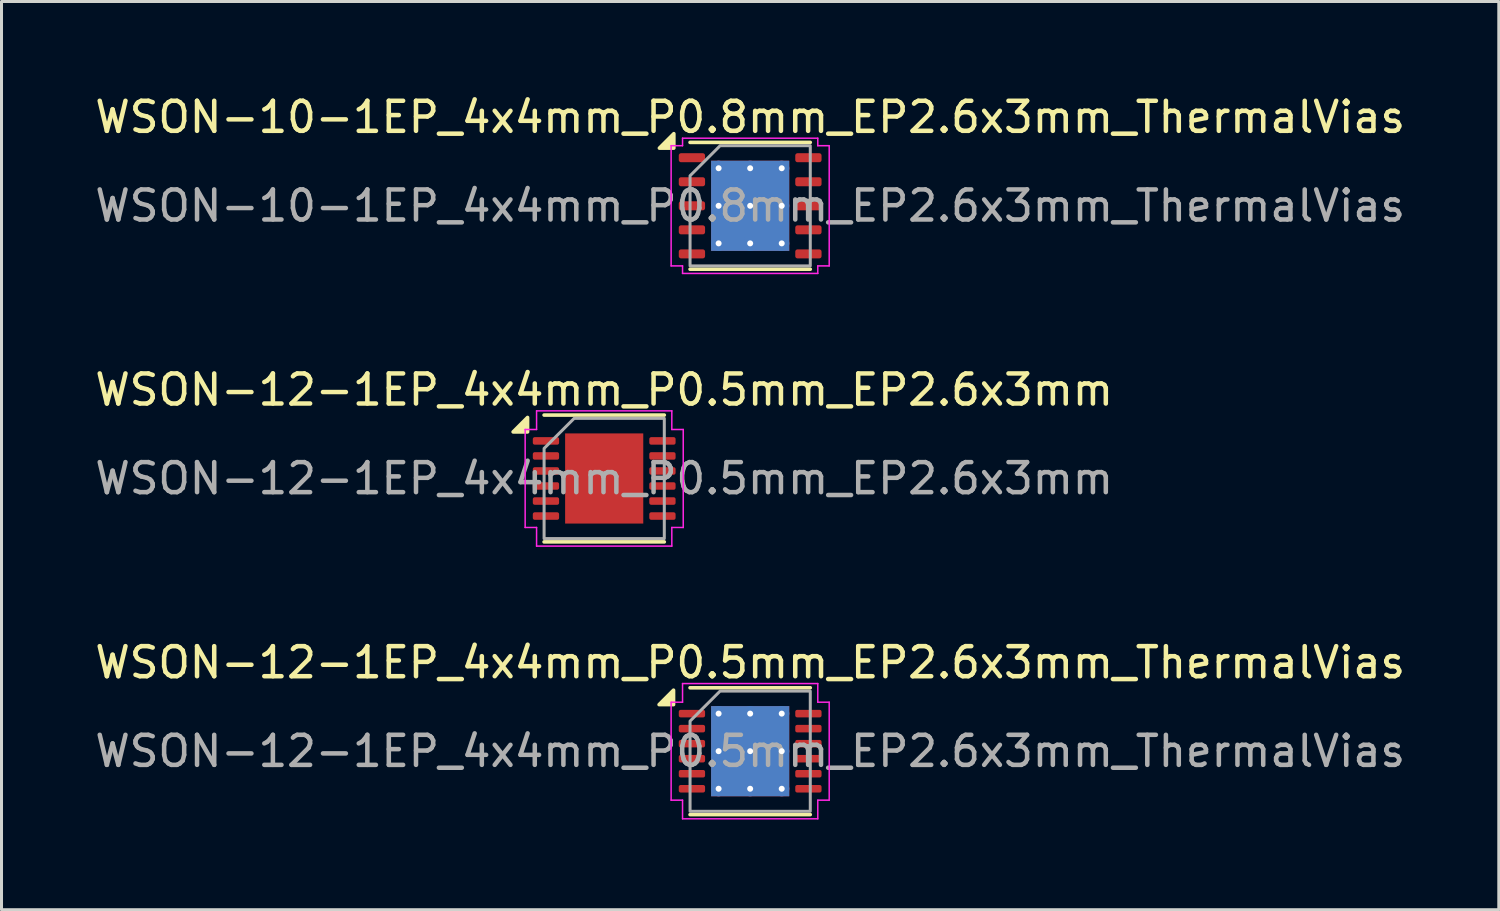
<source format=kicad_pcb>
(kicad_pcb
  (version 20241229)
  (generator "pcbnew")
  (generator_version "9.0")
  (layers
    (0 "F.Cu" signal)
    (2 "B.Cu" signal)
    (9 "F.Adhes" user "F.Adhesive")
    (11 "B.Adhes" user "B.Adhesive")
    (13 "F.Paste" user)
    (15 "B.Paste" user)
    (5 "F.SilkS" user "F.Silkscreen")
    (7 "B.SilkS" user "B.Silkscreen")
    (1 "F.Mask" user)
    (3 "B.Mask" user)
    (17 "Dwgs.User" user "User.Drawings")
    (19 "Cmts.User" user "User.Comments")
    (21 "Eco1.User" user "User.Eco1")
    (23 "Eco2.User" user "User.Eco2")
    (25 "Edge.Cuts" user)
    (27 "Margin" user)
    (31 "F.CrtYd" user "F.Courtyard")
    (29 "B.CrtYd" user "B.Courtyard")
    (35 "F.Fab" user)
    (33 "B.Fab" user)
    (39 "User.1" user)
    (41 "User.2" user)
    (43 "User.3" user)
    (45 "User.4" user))
  (footprint "WSON-10-1EP_4x4mm_P0.8mm_EP2.6x3mm_ThermalVias"
    (layer "F.Cu")
    (at 21.911 3.798)
    (property "Reference" "WSON-10-1EP_4x4mm_P0.8mm_EP2.6x3mm_ThermalVias" (at 0 -2.95 0) (layer "F.SilkS") (effects (font (size 1 1) (thickness 0.15))))
    (attr smd)
    (fp_line (start -2 -2.11) (end 2 -2.11) (stroke (width 0.12) (type solid)) (layer "F.SilkS"))
    (fp_line (start -2 2.11) (end 2 2.11) (stroke (width 0.12) (type solid)) (layer "F.SilkS"))
    (fp_poly (pts (xy -2.54 -1.92) (xy -3.02 -1.92) (xy -2.54 -2.4)) (stroke (width 0.12) (type solid)) (fill yes) (layer "F.SilkS"))
    (fp_line (start -2.63 -2) (end -2.25 -2) (stroke (width 0.05) (type solid)) (layer "F.CrtYd"))
    (fp_line (start -2.63 2) (end -2.63 -2) (stroke (width 0.05) (type solid)) (layer "F.CrtYd"))
    (fp_line (start -2.25 -2.25) (end 2.25 -2.25) (stroke (width 0.05) (type solid)) (layer "F.CrtYd"))
    (fp_line (start -2.25 -2) (end -2.25 -2.25) (stroke (width 0.05) (type solid)) (layer "F.CrtYd"))
    (fp_line (start -2.25 2) (end -2.63 2) (stroke (width 0.05) (type solid)) (layer "F.CrtYd"))
    (fp_line (start -2.25 2.25) (end -2.25 2) (stroke (width 0.05) (type solid)) (layer "F.CrtYd"))
    (fp_line (start 2.25 -2.25) (end 2.25 -2) (stroke (width 0.05) (type solid)) (layer "F.CrtYd"))
    (fp_line (start 2.25 -2) (end 2.63 -2) (stroke (width 0.05) (type solid)) (layer "F.CrtYd"))
    (fp_line (start 2.25 2) (end 2.25 2.25) (stroke (width 0.05) (type solid)) (layer "F.CrtYd"))
    (fp_line (start 2.25 2.25) (end -2.25 2.25) (stroke (width 0.05) (type solid)) (layer "F.CrtYd"))
    (fp_line (start 2.63 -2) (end 2.63 2) (stroke (width 0.05) (type solid)) (layer "F.CrtYd"))
    (fp_line (start 2.63 2) (end 2.25 2) (stroke (width 0.05) (type solid)) (layer "F.CrtYd"))
    (fp_poly (pts (xy -2 -1) (xy -2 2) (xy 2 2) (xy 2 -2) (xy -1 -2)) (stroke (width 0.1) (type solid)) (fill no) (layer "F.Fab"))
    (fp_text user "${REFERENCE}" (at 0 0 0) (layer "F.Fab") (effects (font (size 1 1) (thickness 0.15))))
    (pad "" smd roundrect (at -0.65 -0.75) (size 1.13 1.3) (layers "F.Paste") (roundrect_rratio 0.221))
    (pad "" smd roundrect (at -0.65 0.75) (size 1.13 1.3) (layers "F.Paste") (roundrect_rratio 0.221))
    (pad "" smd roundrect (at 0.65 -0.75) (size 1.13 1.3) (layers "F.Paste") (roundrect_rratio 0.221))
    (pad "" smd roundrect (at 0.65 0.75) (size 1.13 1.3) (layers "F.Paste") (roundrect_rratio 0.221))
    (pad "1" smd roundrect (at -1.938 -1.6) (size 0.875 0.3) (layers "F.Cu" "F.Mask" "F.Paste") (roundrect_rratio 0.25))
    (pad "2" smd roundrect (at -1.938 -0.8) (size 0.875 0.3) (layers "F.Cu" "F.Mask" "F.Paste") (roundrect_rratio 0.25))
    (pad "3" smd roundrect (at -1.938 0) (size 0.875 0.3) (layers "F.Cu" "F.Mask" "F.Paste") (roundrect_rratio 0.25))
    (pad "4" smd roundrect (at -1.938 0.8) (size 0.875 0.3) (layers "F.Cu" "F.Mask" "F.Paste") (roundrect_rratio 0.25))
    (pad "5" smd roundrect (at -1.938 1.6) (size 0.875 0.3) (layers "F.Cu" "F.Mask" "F.Paste") (roundrect_rratio 0.25))
    (pad "6" smd roundrect (at 1.938 1.6) (size 0.875 0.3) (layers "F.Cu" "F.Mask" "F.Paste") (roundrect_rratio 0.25))
    (pad "7" smd roundrect (at 1.938 0.8) (size 0.875 0.3) (layers "F.Cu" "F.Mask" "F.Paste") (roundrect_rratio 0.25))
    (pad "8" smd roundrect (at 1.938 0) (size 0.875 0.3) (layers "F.Cu" "F.Mask" "F.Paste") (roundrect_rratio 0.25))
    (pad "9" smd roundrect (at 1.938 -0.8) (size 0.875 0.3) (layers "F.Cu" "F.Mask" "F.Paste") (roundrect_rratio 0.25))
    (pad "10" smd roundrect (at 1.938 -1.6) (size 0.875 0.3) (layers "F.Cu" "F.Mask" "F.Paste") (roundrect_rratio 0.25))
    (pad "11" thru_hole circle (at -1.05 -1.25) (size 0.5 0.5) (drill 0.2) (property pad_prop_heatsink) (layers "*.Cu"))
    (pad "11" thru_hole circle (at -1.05 0) (size 0.5 0.5) (drill 0.2) (property pad_prop_heatsink) (layers "*.Cu"))
    (pad "11" thru_hole circle (at -1.05 1.25) (size 0.5 0.5) (drill 0.2) (property pad_prop_heatsink) (layers "*.Cu"))
    (pad "11" thru_hole circle (at 0 -1.25) (size 0.5 0.5) (drill 0.2) (property pad_prop_heatsink) (layers "*.Cu"))
    (pad "11" thru_hole circle (at 0 0) (size 0.5 0.5) (drill 0.2) (property pad_prop_heatsink) (layers "*.Cu"))
    (pad "11" smd rect (at 0 0) (size 2.6 3) (property pad_prop_heatsink) (layers "F.Cu" "F.Mask"))
    (pad "11" smd rect (at 0 0) (size 2.6 3) (property pad_prop_heatsink) (layers "B.Cu"))
    (pad "11" thru_hole circle (at 0 1.25) (size 0.5 0.5) (drill 0.2) (property pad_prop_heatsink) (layers "*.Cu"))
    (pad "11" thru_hole circle (at 1.05 -1.25) (size 0.5 0.5) (drill 0.2) (property pad_prop_heatsink) (layers "*.Cu"))
    (pad "11" thru_hole circle (at 1.05 0) (size 0.5 0.5) (drill 0.2) (property pad_prop_heatsink) (layers "*.Cu"))
    (pad "11" thru_hole circle (at 1.05 1.25) (size 0.5 0.5) (drill 0.2) (property pad_prop_heatsink) (layers "*.Cu")))
  (footprint "WSON-12-1EP_4x4mm_P0.5mm_EP2.6x3mm_ThermalVias"
    (layer "F.Cu")
    (at 21.911 21.945)
    (property "Reference" "WSON-12-1EP_4x4mm_P0.5mm_EP2.6x3mm_ThermalVias" (at 0 -2.95 0) (layer "F.SilkS") (effects (font (size 1 1) (thickness 0.15))))
    (attr smd)
    (fp_line (start -2 -2.11) (end 2 -2.11) (stroke (width 0.12) (type solid)) (layer "F.SilkS"))
    (fp_line (start -2 2.11) (end 2 2.11) (stroke (width 0.12) (type solid)) (layer "F.SilkS"))
    (fp_poly (pts (xy -2.55 -1.55) (xy -3.03 -1.55) (xy -2.55 -2.03)) (stroke (width 0.12) (type solid)) (fill yes) (layer "F.SilkS"))
    (fp_line (start -2.63 -1.63) (end -2.25 -1.63) (stroke (width 0.05) (type solid)) (layer "F.CrtYd"))
    (fp_line (start -2.63 1.63) (end -2.63 -1.63) (stroke (width 0.05) (type solid)) (layer "F.CrtYd"))
    (fp_line (start -2.25 -2.25) (end 2.25 -2.25) (stroke (width 0.05) (type solid)) (layer "F.CrtYd"))
    (fp_line (start -2.25 -1.63) (end -2.25 -2.25) (stroke (width 0.05) (type solid)) (layer "F.CrtYd"))
    (fp_line (start -2.25 1.63) (end -2.63 1.63) (stroke (width 0.05) (type solid)) (layer "F.CrtYd"))
    (fp_line (start -2.25 2.25) (end -2.25 1.63) (stroke (width 0.05) (type solid)) (layer "F.CrtYd"))
    (fp_line (start 2.25 -2.25) (end 2.25 -1.63) (stroke (width 0.05) (type solid)) (layer "F.CrtYd"))
    (fp_line (start 2.25 -1.63) (end 2.63 -1.63) (stroke (width 0.05) (type solid)) (layer "F.CrtYd"))
    (fp_line (start 2.25 1.63) (end 2.25 2.25) (stroke (width 0.05) (type solid)) (layer "F.CrtYd"))
    (fp_line (start 2.25 2.25) (end -2.25 2.25) (stroke (width 0.05) (type solid)) (layer "F.CrtYd"))
    (fp_line (start 2.63 -1.63) (end 2.63 1.63) (stroke (width 0.05) (type solid)) (layer "F.CrtYd"))
    (fp_line (start 2.63 1.63) (end 2.25 1.63) (stroke (width 0.05) (type solid)) (layer "F.CrtYd"))
    (fp_poly (pts (xy -2 -1) (xy -2 2) (xy 2 2) (xy 2 -2) (xy -1 -2)) (stroke (width 0.1) (type solid)) (fill no) (layer "F.Fab"))
    (fp_text user "${REFERENCE}" (at 0 0 0) (layer "F.Fab") (effects (font (size 1 1) (thickness 0.15))))
    (pad "" smd roundrect (at -0.65 -0.75) (size 1.13 1.3) (layers "F.Paste") (roundrect_rratio 0.221))
    (pad "" smd roundrect (at -0.65 0.75) (size 1.13 1.3) (layers "F.Paste") (roundrect_rratio 0.221))
    (pad "" smd roundrect (at 0.65 -0.75) (size 1.13 1.3) (layers "F.Paste") (roundrect_rratio 0.221))
    (pad "" smd roundrect (at 0.65 0.75) (size 1.13 1.3) (layers "F.Paste") (roundrect_rratio 0.221))
    (pad "1" smd roundrect (at -1.938 -1.25) (size 0.875 0.25) (layers "F.Cu" "F.Mask" "F.Paste") (roundrect_rratio 0.25))
    (pad "2" smd roundrect (at -1.938 -0.75) (size 0.875 0.25) (layers "F.Cu" "F.Mask" "F.Paste") (roundrect_rratio 0.25))
    (pad "3" smd roundrect (at -1.938 -0.25) (size 0.875 0.25) (layers "F.Cu" "F.Mask" "F.Paste") (roundrect_rratio 0.25))
    (pad "4" smd roundrect (at -1.938 0.25) (size 0.875 0.25) (layers "F.Cu" "F.Mask" "F.Paste") (roundrect_rratio 0.25))
    (pad "5" smd roundrect (at -1.938 0.75) (size 0.875 0.25) (layers "F.Cu" "F.Mask" "F.Paste") (roundrect_rratio 0.25))
    (pad "6" smd roundrect (at -1.938 1.25) (size 0.875 0.25) (layers "F.Cu" "F.Mask" "F.Paste") (roundrect_rratio 0.25))
    (pad "7" smd roundrect (at 1.938 1.25) (size 0.875 0.25) (layers "F.Cu" "F.Mask" "F.Paste") (roundrect_rratio 0.25))
    (pad "8" smd roundrect (at 1.938 0.75) (size 0.875 0.25) (layers "F.Cu" "F.Mask" "F.Paste") (roundrect_rratio 0.25))
    (pad "9" smd roundrect (at 1.938 0.25) (size 0.875 0.25) (layers "F.Cu" "F.Mask" "F.Paste") (roundrect_rratio 0.25))
    (pad "10" smd roundrect (at 1.938 -0.25) (size 0.875 0.25) (layers "F.Cu" "F.Mask" "F.Paste") (roundrect_rratio 0.25))
    (pad "11" smd roundrect (at 1.938 -0.75) (size 0.875 0.25) (layers "F.Cu" "F.Mask" "F.Paste") (roundrect_rratio 0.25))
    (pad "12" smd roundrect (at 1.938 -1.25) (size 0.875 0.25) (layers "F.Cu" "F.Mask" "F.Paste") (roundrect_rratio 0.25))
    (pad "13" thru_hole circle (at -1.05 -1.25) (size 0.5 0.5) (drill 0.2) (property pad_prop_heatsink) (layers "*.Cu"))
    (pad "13" thru_hole circle (at -1.05 0) (size 0.5 0.5) (drill 0.2) (property pad_prop_heatsink) (layers "*.Cu"))
    (pad "13" thru_hole circle (at -1.05 1.25) (size 0.5 0.5) (drill 0.2) (property pad_prop_heatsink) (layers "*.Cu"))
    (pad "13" thru_hole circle (at 0 -1.25) (size 0.5 0.5) (drill 0.2) (property pad_prop_heatsink) (layers "*.Cu"))
    (pad "13" thru_hole circle (at 0 0) (size 0.5 0.5) (drill 0.2) (property pad_prop_heatsink) (layers "*.Cu"))
    (pad "13" smd rect (at 0 0) (size 2.6 3) (property pad_prop_heatsink) (layers "F.Cu" "F.Mask"))
    (pad "13" smd rect (at 0 0) (size 2.6 3) (property pad_prop_heatsink) (layers "B.Cu"))
    (pad "13" thru_hole circle (at 0 1.25) (size 0.5 0.5) (drill 0.2) (property pad_prop_heatsink) (layers "*.Cu"))
    (pad "13" thru_hole circle (at 1.05 -1.25) (size 0.5 0.5) (drill 0.2) (property pad_prop_heatsink) (layers "*.Cu"))
    (pad "13" thru_hole circle (at 1.05 0) (size 0.5 0.5) (drill 0.2) (property pad_prop_heatsink) (layers "*.Cu"))
    (pad "13" thru_hole circle (at 1.05 1.25) (size 0.5 0.5) (drill 0.2) (property pad_prop_heatsink) (layers "*.Cu")))
  (footprint "WSON-12-1EP_4x4mm_P0.5mm_EP2.6x3mm"
    (layer "F.Cu")
    (at 17.054 12.871)
    (property "Reference" "WSON-12-1EP_4x4mm_P0.5mm_EP2.6x3mm" (at 0 -2.95 0) (layer "F.SilkS") (effects (font (size 1 1) (thickness 0.15))))
    (attr smd)
    (fp_line (start -2 -2.11) (end 2 -2.11) (stroke (width 0.12) (type solid)) (layer "F.SilkS"))
    (fp_line (start -2 2.11) (end 2 2.11) (stroke (width 0.12) (type solid)) (layer "F.SilkS"))
    (fp_poly (pts (xy -2.55 -1.55) (xy -3.03 -1.55) (xy -2.55 -2.03)) (stroke (width 0.12) (type solid)) (fill yes) (layer "F.SilkS"))
    (fp_line (start -2.63 -1.63) (end -2.25 -1.63) (stroke (width 0.05) (type solid)) (layer "F.CrtYd"))
    (fp_line (start -2.63 1.63) (end -2.63 -1.63) (stroke (width 0.05) (type solid)) (layer "F.CrtYd"))
    (fp_line (start -2.25 -2.25) (end 2.25 -2.25) (stroke (width 0.05) (type solid)) (layer "F.CrtYd"))
    (fp_line (start -2.25 -1.63) (end -2.25 -2.25) (stroke (width 0.05) (type solid)) (layer "F.CrtYd"))
    (fp_line (start -2.25 1.63) (end -2.63 1.63) (stroke (width 0.05) (type solid)) (layer "F.CrtYd"))
    (fp_line (start -2.25 2.25) (end -2.25 1.63) (stroke (width 0.05) (type solid)) (layer "F.CrtYd"))
    (fp_line (start 2.25 -2.25) (end 2.25 -1.63) (stroke (width 0.05) (type solid)) (layer "F.CrtYd"))
    (fp_line (start 2.25 -1.63) (end 2.63 -1.63) (stroke (width 0.05) (type solid)) (layer "F.CrtYd"))
    (fp_line (start 2.25 1.63) (end 2.25 2.25) (stroke (width 0.05) (type solid)) (layer "F.CrtYd"))
    (fp_line (start 2.25 2.25) (end -2.25 2.25) (stroke (width 0.05) (type solid)) (layer "F.CrtYd"))
    (fp_line (start 2.63 -1.63) (end 2.63 1.63) (stroke (width 0.05) (type solid)) (layer "F.CrtYd"))
    (fp_line (start 2.63 1.63) (end 2.25 1.63) (stroke (width 0.05) (type solid)) (layer "F.CrtYd"))
    (fp_poly (pts (xy -2 -1) (xy -2 2) (xy 2 2) (xy 2 -2) (xy -1 -2)) (stroke (width 0.1) (type solid)) (fill no) (layer "F.Fab"))
    (fp_text user "${REFERENCE}" (at 0 0 0) (layer "F.Fab") (effects (font (size 1 1) (thickness 0.15))))
    (pad "" smd roundrect (at -0.65 -0.75) (size 1.05 1.21) (layers "F.Paste") (roundrect_rratio 0.238))
    (pad "" smd roundrect (at -0.65 0.75) (size 1.05 1.21) (layers "F.Paste") (roundrect_rratio 0.238))
    (pad "" smd roundrect (at 0.65 -0.75) (size 1.05 1.21) (layers "F.Paste") (roundrect_rratio 0.238))
    (pad "" smd roundrect (at 0.65 0.75) (size 1.05 1.21) (layers "F.Paste") (roundrect_rratio 0.238))
    (pad "1" smd roundrect (at -1.938 -1.25) (size 0.875 0.25) (layers "F.Cu" "F.Mask" "F.Paste") (roundrect_rratio 0.25))
    (pad "2" smd roundrect (at -1.938 -0.75) (size 0.875 0.25) (layers "F.Cu" "F.Mask" "F.Paste") (roundrect_rratio 0.25))
    (pad "3" smd roundrect (at -1.938 -0.25) (size 0.875 0.25) (layers "F.Cu" "F.Mask" "F.Paste") (roundrect_rratio 0.25))
    (pad "4" smd roundrect (at -1.938 0.25) (size 0.875 0.25) (layers "F.Cu" "F.Mask" "F.Paste") (roundrect_rratio 0.25))
    (pad "5" smd roundrect (at -1.938 0.75) (size 0.875 0.25) (layers "F.Cu" "F.Mask" "F.Paste") (roundrect_rratio 0.25))
    (pad "6" smd roundrect (at -1.938 1.25) (size 0.875 0.25) (layers "F.Cu" "F.Mask" "F.Paste") (roundrect_rratio 0.25))
    (pad "7" smd roundrect (at 1.938 1.25) (size 0.875 0.25) (layers "F.Cu" "F.Mask" "F.Paste") (roundrect_rratio 0.25))
    (pad "8" smd roundrect (at 1.938 0.75) (size 0.875 0.25) (layers "F.Cu" "F.Mask" "F.Paste") (roundrect_rratio 0.25))
    (pad "9" smd roundrect (at 1.938 0.25) (size 0.875 0.25) (layers "F.Cu" "F.Mask" "F.Paste") (roundrect_rratio 0.25))
    (pad "10" smd roundrect (at 1.938 -0.25) (size 0.875 0.25) (layers "F.Cu" "F.Mask" "F.Paste") (roundrect_rratio 0.25))
    (pad "11" smd roundrect (at 1.938 -0.75) (size 0.875 0.25) (layers "F.Cu" "F.Mask" "F.Paste") (roundrect_rratio 0.25))
    (pad "12" smd roundrect (at 1.938 -1.25) (size 0.875 0.25) (layers "F.Cu" "F.Mask" "F.Paste") (roundrect_rratio 0.25))
    (pad "13" smd rect (at 0 0) (size 2.6 3) (property pad_prop_heatsink) (layers "F.Cu" "F.Mask")))
  (gr_rect
    (start -3 -3)
    (end 46.821 27.22)
    (stroke (width 0.1) (type default))
    (fill no)
    (layer "Edge.Cuts")))
</source>
